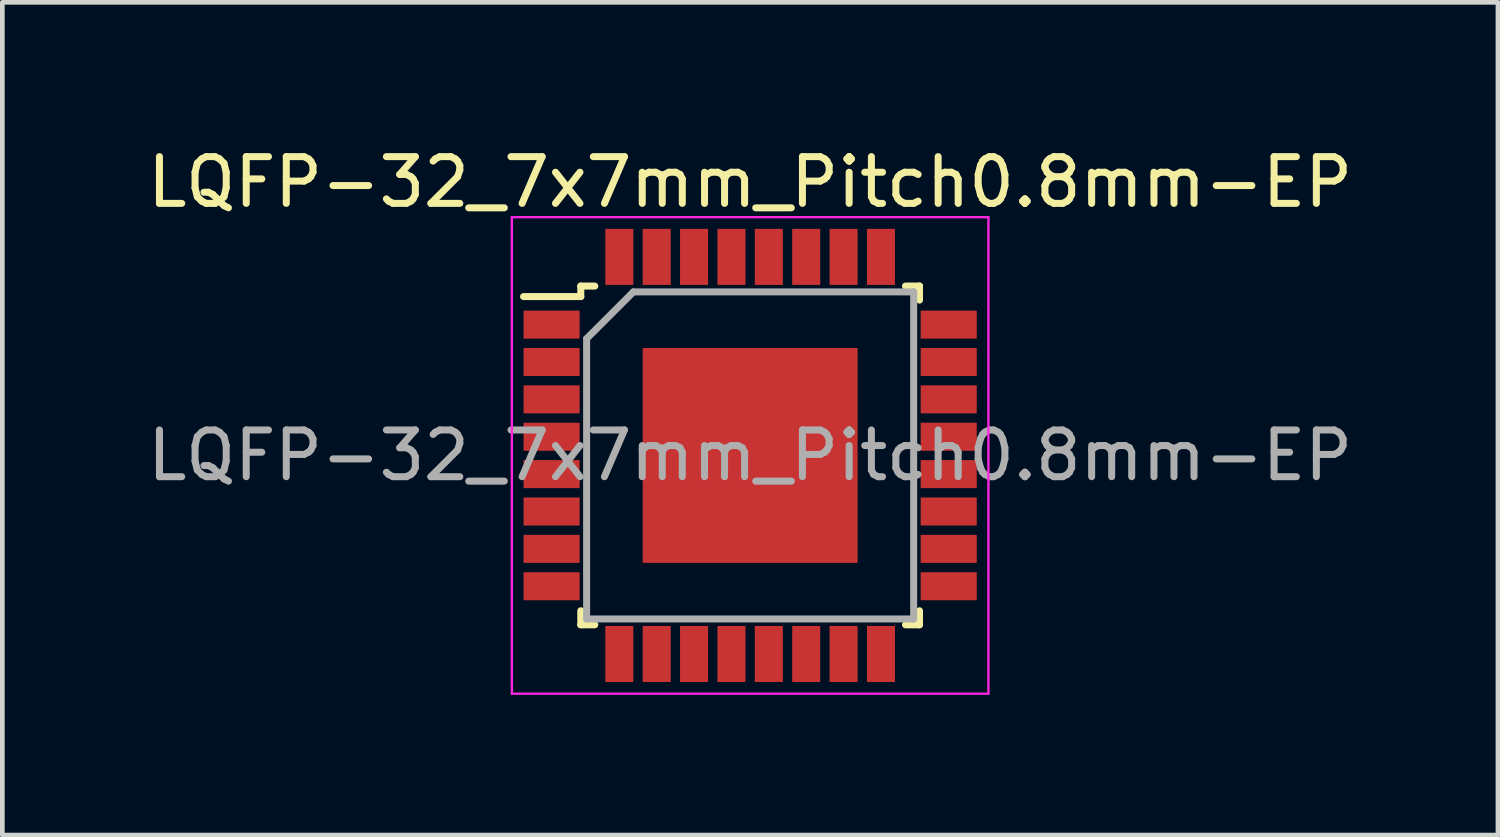
<source format=kicad_pcb>
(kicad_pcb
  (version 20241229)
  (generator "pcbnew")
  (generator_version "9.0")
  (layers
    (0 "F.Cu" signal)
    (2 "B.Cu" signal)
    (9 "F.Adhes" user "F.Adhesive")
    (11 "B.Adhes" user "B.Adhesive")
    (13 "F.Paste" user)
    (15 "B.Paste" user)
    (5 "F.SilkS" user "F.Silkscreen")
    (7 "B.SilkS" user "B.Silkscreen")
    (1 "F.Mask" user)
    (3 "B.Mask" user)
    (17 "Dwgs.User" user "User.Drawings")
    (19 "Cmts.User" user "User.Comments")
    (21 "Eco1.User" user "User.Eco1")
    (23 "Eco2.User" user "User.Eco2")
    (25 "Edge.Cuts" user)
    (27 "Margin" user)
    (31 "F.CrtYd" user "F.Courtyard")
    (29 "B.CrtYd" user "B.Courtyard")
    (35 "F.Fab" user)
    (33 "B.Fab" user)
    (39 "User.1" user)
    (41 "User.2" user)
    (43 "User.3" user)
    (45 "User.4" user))
  (footprint "LQFP-32_7x7mm_Pitch0.8mm-EP"
    (layer "F.Cu")
    (at 13.006 6.698)
    (property "Reference" "LQFP-32_7x7mm_Pitch0.8mm-EP" (at 0 -5.85 0) (layer "F.SilkS") (effects (font (size 1 1) (thickness 0.15))))
    (attr smd)
    (fp_line (start -3.625 -3.625) (end -3.625 -3.4) (stroke (width 0.15) (type solid)) (layer "F.SilkS"))
    (fp_line (start -3.625 -3.625) (end -3.325 -3.625) (stroke (width 0.15) (type solid)) (layer "F.SilkS"))
    (fp_line (start -3.625 -3.4) (end -4.85 -3.4) (stroke (width 0.15) (type solid)) (layer "F.SilkS"))
    (fp_line (start -3.625 3.625) (end -3.625 3.325) (stroke (width 0.15) (type solid)) (layer "F.SilkS"))
    (fp_line (start -3.625 3.625) (end -3.325 3.625) (stroke (width 0.15) (type solid)) (layer "F.SilkS"))
    (fp_line (start 3.625 -3.625) (end 3.325 -3.625) (stroke (width 0.15) (type solid)) (layer "F.SilkS"))
    (fp_line (start 3.625 -3.625) (end 3.625 -3.325) (stroke (width 0.15) (type solid)) (layer "F.SilkS"))
    (fp_line (start 3.625 3.625) (end 3.325 3.625) (stroke (width 0.15) (type solid)) (layer "F.SilkS"))
    (fp_line (start 3.625 3.625) (end 3.625 3.325) (stroke (width 0.15) (type solid)) (layer "F.SilkS"))
    (fp_line (start -5.1 -5.1) (end -5.1 5.1) (stroke (width 0.05) (type solid)) (layer "F.CrtYd"))
    (fp_line (start -5.1 -5.1) (end 5.1 -5.1) (stroke (width 0.05) (type solid)) (layer "F.CrtYd"))
    (fp_line (start -5.1 5.1) (end 5.1 5.1) (stroke (width 0.05) (type solid)) (layer "F.CrtYd"))
    (fp_line (start 5.1 -5.1) (end 5.1 5.1) (stroke (width 0.05) (type solid)) (layer "F.CrtYd"))
    (fp_line (start -3.5 -2.5) (end -2.5 -3.5) (stroke (width 0.15) (type solid)) (layer "F.Fab"))
    (fp_line (start -3.5 3.5) (end -3.5 -2.5) (stroke (width 0.15) (type solid)) (layer "F.Fab"))
    (fp_line (start -2.5 -3.5) (end 3.5 -3.5) (stroke (width 0.15) (type solid)) (layer "F.Fab"))
    (fp_line (start 3.5 -3.5) (end 3.5 3.5) (stroke (width 0.15) (type solid)) (layer "F.Fab"))
    (fp_line (start 3.5 3.5) (end -3.5 3.5) (stroke (width 0.15) (type solid)) (layer "F.Fab"))
    (fp_text user "${REFERENCE}" (at 0 0 0) (layer "F.Fab") (effects (font (size 1 1) (thickness 0.15))))
    (pad "1" smd rect (at -4.25 -2.8) (size 1.2 0.6) (layers "F.Cu" "F.Mask" "F.Paste"))
    (pad "2" smd rect (at -4.25 -2) (size 1.2 0.6) (layers "F.Cu" "F.Mask" "F.Paste"))
    (pad "3" smd rect (at -4.25 -1.2) (size 1.2 0.6) (layers "F.Cu" "F.Mask" "F.Paste"))
    (pad "4" smd rect (at -4.25 -0.4) (size 1.2 0.6) (layers "F.Cu" "F.Mask" "F.Paste"))
    (pad "5" smd rect (at -4.25 0.4) (size 1.2 0.6) (layers "F.Cu" "F.Mask" "F.Paste"))
    (pad "6" smd rect (at -4.25 1.2) (size 1.2 0.6) (layers "F.Cu" "F.Mask" "F.Paste"))
    (pad "7" smd rect (at -4.25 2) (size 1.2 0.6) (layers "F.Cu" "F.Mask" "F.Paste"))
    (pad "8" smd rect (at -4.25 2.8) (size 1.2 0.6) (layers "F.Cu" "F.Mask" "F.Paste"))
    (pad "9" smd rect (at -2.8 4.25 90) (size 1.2 0.6) (layers "F.Cu" "F.Mask" "F.Paste"))
    (pad "10" smd rect (at -2 4.25 90) (size 1.2 0.6) (layers "F.Cu" "F.Mask" "F.Paste"))
    (pad "11" smd rect (at -1.2 4.25 90) (size 1.2 0.6) (layers "F.Cu" "F.Mask" "F.Paste"))
    (pad "12" smd rect (at -0.4 4.25 90) (size 1.2 0.6) (layers "F.Cu" "F.Mask" "F.Paste"))
    (pad "13" smd rect (at 0.4 4.25 90) (size 1.2 0.6) (layers "F.Cu" "F.Mask" "F.Paste"))
    (pad "14" smd rect (at 1.2 4.25 90) (size 1.2 0.6) (layers "F.Cu" "F.Mask" "F.Paste"))
    (pad "15" smd rect (at 2 4.25 90) (size 1.2 0.6) (layers "F.Cu" "F.Mask" "F.Paste"))
    (pad "16" smd rect (at 2.8 4.25 90) (size 1.2 0.6) (layers "F.Cu" "F.Mask" "F.Paste"))
    (pad "17" smd rect (at 4.25 2.8) (size 1.2 0.6) (layers "F.Cu" "F.Mask" "F.Paste"))
    (pad "18" smd rect (at 4.25 2) (size 1.2 0.6) (layers "F.Cu" "F.Mask" "F.Paste"))
    (pad "19" smd rect (at 4.25 1.2) (size 1.2 0.6) (layers "F.Cu" "F.Mask" "F.Paste"))
    (pad "20" smd rect (at 4.25 0.4) (size 1.2 0.6) (layers "F.Cu" "F.Mask" "F.Paste"))
    (pad "21" smd rect (at 4.25 -0.4) (size 1.2 0.6) (layers "F.Cu" "F.Mask" "F.Paste"))
    (pad "22" smd rect (at 4.25 -1.2) (size 1.2 0.6) (layers "F.Cu" "F.Mask" "F.Paste"))
    (pad "23" smd rect (at 4.25 -2) (size 1.2 0.6) (layers "F.Cu" "F.Mask" "F.Paste"))
    (pad "24" smd rect (at 4.25 -2.8) (size 1.2 0.6) (layers "F.Cu" "F.Mask" "F.Paste"))
    (pad "25" smd rect (at 2.8 -4.25 90) (size 1.2 0.6) (layers "F.Cu" "F.Mask" "F.Paste"))
    (pad "26" smd rect (at 2 -4.25 90) (size 1.2 0.6) (layers "F.Cu" "F.Mask" "F.Paste"))
    (pad "27" smd rect (at 1.2 -4.25 90) (size 1.2 0.6) (layers "F.Cu" "F.Mask" "F.Paste"))
    (pad "28" smd rect (at 0.4 -4.25 90) (size 1.2 0.6) (layers "F.Cu" "F.Mask" "F.Paste"))
    (pad "29" smd rect (at -0.4 -4.25 90) (size 1.2 0.6) (layers "F.Cu" "F.Mask" "F.Paste"))
    (pad "30" smd rect (at -1.2 -4.25 90) (size 1.2 0.6) (layers "F.Cu" "F.Mask" "F.Paste"))
    (pad "31" smd rect (at -2 -4.25 90) (size 1.2 0.6) (layers "F.Cu" "F.Mask" "F.Paste"))
    (pad "32" smd rect (at -2.8 -4.25 90) (size 1.2 0.6) (layers "F.Cu" "F.Mask" "F.Paste"))
    (pad "33" smd rect (at 0 0) (size 4.6 4.6) (layers "F.Cu" "F.Mask" "F.Paste")))
  (gr_rect
    (start -3 -3)
    (end 29.012 14.823)
    (stroke (width 0.1) (type default))
    (fill no)
    (layer "Edge.Cuts")))
</source>
